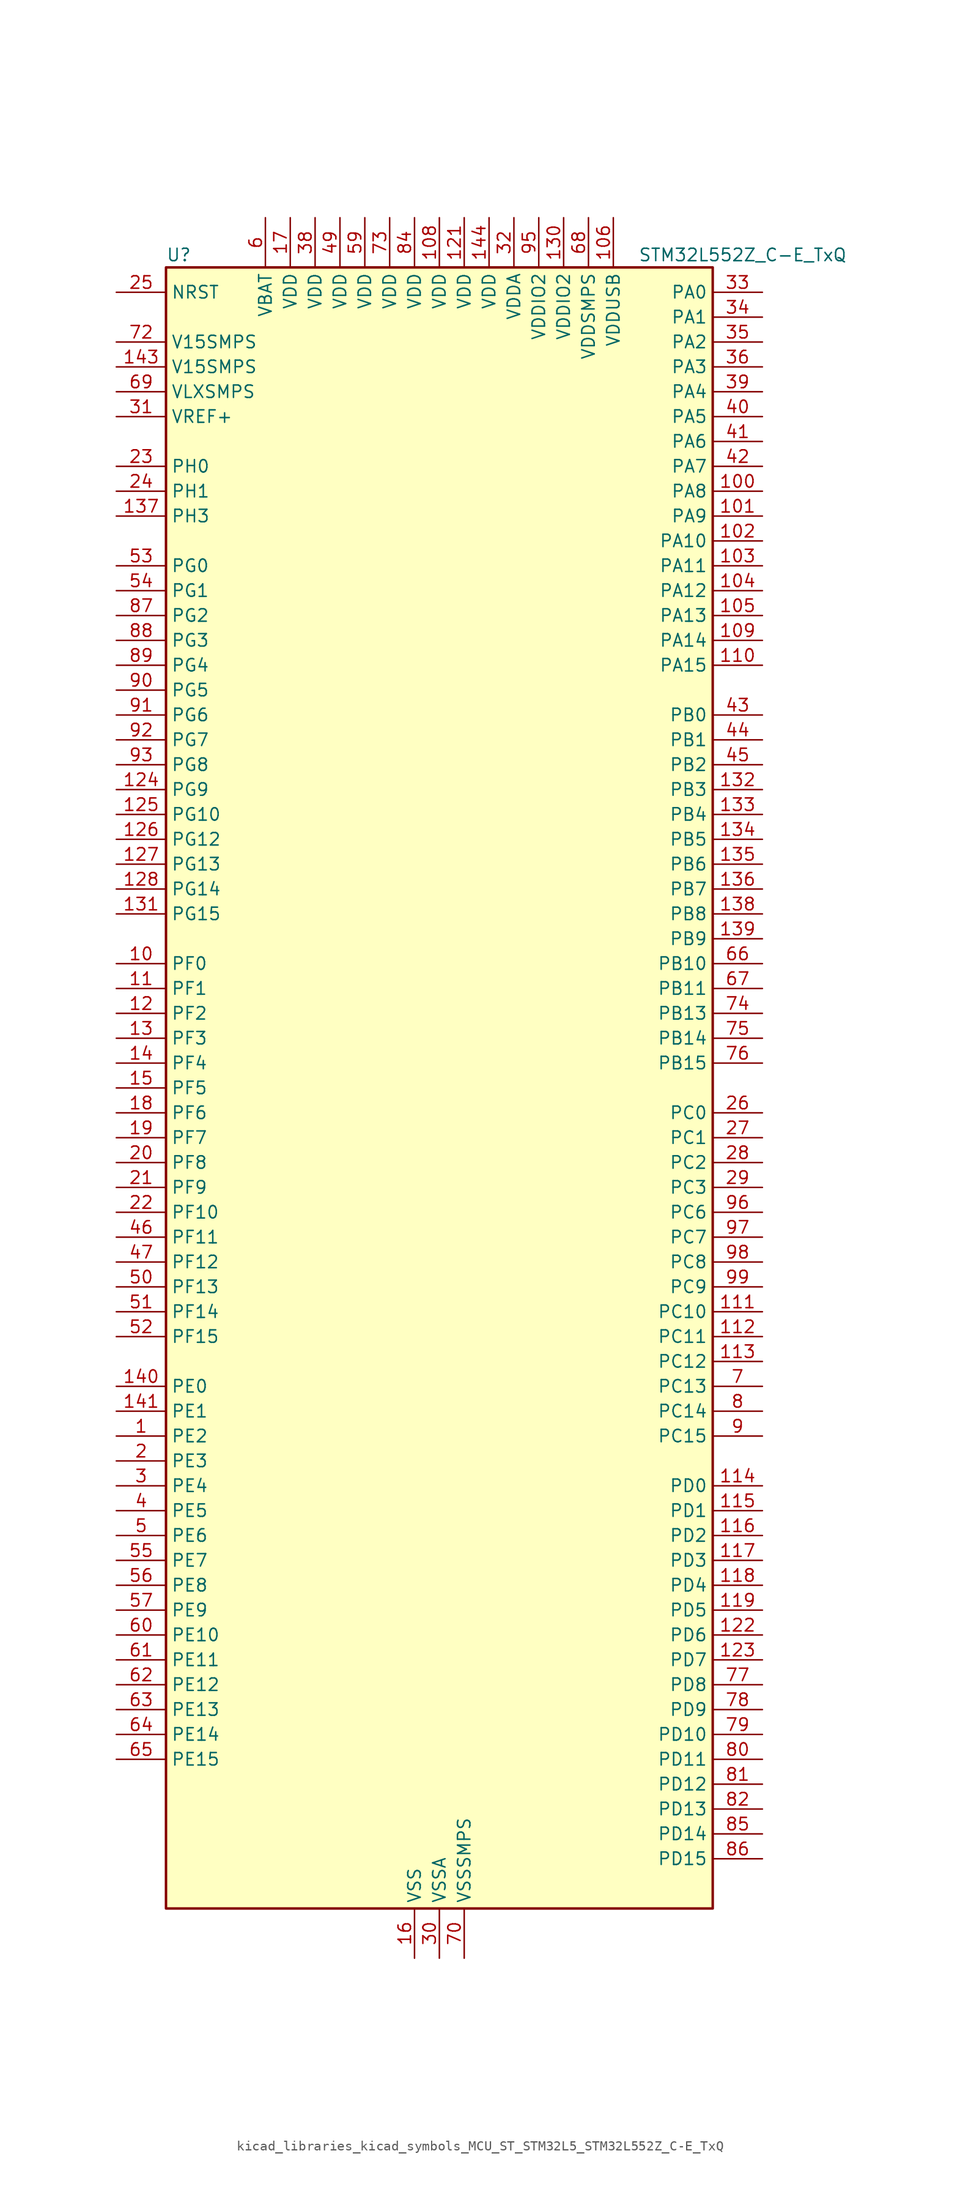
<source format=kicad_sym>
(kicad_symbol_lib
  (version 20220914)
  (generator kicad_symbol_editor)
  (symbol "kicad_libraries_kicad_symbols_MCU_ST_STM32L5_STM32L552Z_C-E_TxQ"
    (property "Reference" "U"
      (at -27.94 85.09 0)
      (effects (font (size 1.27 1.27)) (justify left)))
    (property "Value" "STM32L552Z_C-E_TxQ"
      (at 20.32 85.09 0)
      (effects (font (size 1.27 1.27)) (justify left)))
    (property "ki_locked" ""
      (at 0 0 0)
      (effects (font (size 1.27 1.27))))
    (symbol "kicad_libraries_kicad_symbols_MCU_ST_STM32L5_STM32L552Z_C-E_TxQ_0_1"
      (rectangle (start -27.94 -83.82) (end 27.94 83.82) (stroke (width 0.254) (type default)) (fill (type background))))
    (symbol "kicad_libraries_kicad_symbols_MCU_ST_STM32L5_STM32L552Z_C-E_TxQ_1_1"
      (pin bidirectional line (at -33.02 -35.56 0) (length 5.08) (name "PE2" (effects (font (size 1.27 1.27)))) (number "1" (effects (font (size 1.27 1.27)))) (alternate "DEBUG_TRACECLK" bidirectional line) (alternate "FMC_A23" bidirectional line) (alternate "SAI1_CK1" bidirectional line) (alternate "SAI1_MCLK_A" bidirectional line) (alternate "TIM3_ETR" bidirectional line) (alternate "TSC_G7_IO1" bidirectional line))
      (pin bidirectional line (at -33.02 12.7 0) (length 5.08) (name "PF0" (effects (font (size 1.27 1.27)))) (number "10" (effects (font (size 1.27 1.27)))) (alternate "FMC_A0" bidirectional line) (alternate "I2C2_SDA" bidirectional line))
      (pin bidirectional line (at 33.02 60.96 180) (length 5.08) (name "PA8" (effects (font (size 1.27 1.27)))) (number "100" (effects (font (size 1.27 1.27)))) (alternate "LPTIM2_OUT" bidirectional line) (alternate "RCC_MCO" bidirectional line) (alternate "SAI1_CK2" bidirectional line) (alternate "SAI1_SCK_A" bidirectional line) (alternate "TIM1_CH1" bidirectional line) (alternate "USART1_CK" bidirectional line))
      (pin bidirectional line (at 33.02 58.42 180) (length 5.08) (name "PA9" (effects (font (size 1.27 1.27)))) (number "101" (effects (font (size 1.27 1.27)))) (alternate "DAC1_EXTI9" bidirectional line) (alternate "SAI1_FS_A" bidirectional line) (alternate "SPI2_SCK" bidirectional line) (alternate "TIM15_BKIN" bidirectional line) (alternate "TIM1_CH2" bidirectional line) (alternate "USART1_TX" bidirectional line))
      (pin bidirectional line (at 33.02 55.88 180) (length 5.08) (name "PA10" (effects (font (size 1.27 1.27)))) (number "102" (effects (font (size 1.27 1.27)))) (alternate "CRS_SYNC" bidirectional line) (alternate "SAI1_D1" bidirectional line) (alternate "SAI1_SD_A" bidirectional line) (alternate "TIM17_BKIN" bidirectional line) (alternate "TIM1_CH3" bidirectional line) (alternate "USART1_RX" bidirectional line))
      (pin bidirectional line (at 33.02 53.34 180) (length 5.08) (name "PA11" (effects (font (size 1.27 1.27)))) (number "103" (effects (font (size 1.27 1.27)))) (alternate "ADC1_EXTI11" bidirectional line) (alternate "ADC2_EXTI11" bidirectional line) (alternate "FDCAN1_RX" bidirectional line) (alternate "SPI1_MISO" bidirectional line) (alternate "TIM1_BKIN2" bidirectional line) (alternate "TIM1_CH4" bidirectional line) (alternate "USART1_CTS" bidirectional line) (alternate "USART1_NSS" bidirectional line) (alternate "USB_DM" bidirectional line))
      (pin bidirectional line (at 33.02 50.8 180) (length 5.08) (name "PA12" (effects (font (size 1.27 1.27)))) (number "104" (effects (font (size 1.27 1.27)))) (alternate "FDCAN1_TX" bidirectional line) (alternate "SPI1_MOSI" bidirectional line) (alternate "TIM1_ETR" bidirectional line) (alternate "USART1_DE" bidirectional line) (alternate "USART1_RTS" bidirectional line) (alternate "USB_DP" bidirectional line))
      (pin bidirectional line (at 33.02 48.26 180) (length 5.08) (name "PA13" (effects (font (size 1.27 1.27)))) (number "105" (effects (font (size 1.27 1.27)))) (alternate "DEBUG_JTMS-SWDIO" bidirectional line) (alternate "IR_OUT" bidirectional line) (alternate "SAI1_SD_B" bidirectional line) (alternate "USB_NOE" bidirectional line))
      (pin power_in line (at 17.78 88.9 270) (length 5.08) (name "VDDUSB" (effects (font (size 1.27 1.27)))) (number "106" (effects (font (size 1.27 1.27)))))
      (pin passive line (at -2.54 -88.9 90) (length 5.08) hide (name "VSS" (effects (font (size 1.27 1.27)))) (number "107" (effects (font (size 1.27 1.27)))))
      (pin power_in line (at 0 88.9 270) (length 5.08) (name "VDD" (effects (font (size 1.27 1.27)))) (number "108" (effects (font (size 1.27 1.27)))))
      (pin bidirectional line (at 33.02 45.72 180) (length 5.08) (name "PA14" (effects (font (size 1.27 1.27)))) (number "109" (effects (font (size 1.27 1.27)))) (alternate "DEBUG_JTCK-SWCLK" bidirectional line) (alternate "I2C1_SMBA" bidirectional line) (alternate "I2C4_SMBA" bidirectional line) (alternate "LPTIM1_OUT" bidirectional line) (alternate "SAI1_FS_B" bidirectional line))
      (pin bidirectional line (at -33.02 10.16 0) (length 5.08) (name "PF1" (effects (font (size 1.27 1.27)))) (number "11" (effects (font (size 1.27 1.27)))) (alternate "FMC_A1" bidirectional line) (alternate "I2C2_SCL" bidirectional line))
      (pin bidirectional line (at 33.02 43.18 180) (length 5.08) (name "PA15" (effects (font (size 1.27 1.27)))) (number "110" (effects (font (size 1.27 1.27)))) (alternate "ADC1_EXTI15" bidirectional line) (alternate "ADC2_EXTI15" bidirectional line) (alternate "DEBUG_JTDI" bidirectional line) (alternate "SAI2_FS_B" bidirectional line) (alternate "SPI1_NSS" bidirectional line) (alternate "SPI3_NSS" bidirectional line) (alternate "TIM2_CH1" bidirectional line) (alternate "TIM2_ETR" bidirectional line) (alternate "UART4_DE" bidirectional line) (alternate "UART4_RTS" bidirectional line) (alternate "UCPD1_CC1" bidirectional line) (alternate "USART2_RX" bidirectional line) (alternate "USART3_DE" bidirectional line) (alternate "USART3_RTS" bidirectional line))
      (pin bidirectional line (at 33.02 -22.86 180) (length 5.08) (name "PC10" (effects (font (size 1.27 1.27)))) (number "111" (effects (font (size 1.27 1.27)))) (alternate "DEBUG_TRACED1" bidirectional line) (alternate "LPTIM3_ETR" bidirectional line) (alternate "SAI2_SCK_B" bidirectional line) (alternate "SDMMC1_D2" bidirectional line) (alternate "SPI3_SCK" bidirectional line) (alternate "TSC_G3_IO2" bidirectional line) (alternate "UART4_TX" bidirectional line) (alternate "USART3_TX" bidirectional line))
      (pin bidirectional line (at 33.02 -25.4 180) (length 5.08) (name "PC11" (effects (font (size 1.27 1.27)))) (number "112" (effects (font (size 1.27 1.27)))) (alternate "ADC1_EXTI11" bidirectional line) (alternate "ADC2_EXTI11" bidirectional line) (alternate "LPTIM3_IN1" bidirectional line) (alternate "OCTOSPI1_NCS" bidirectional line) (alternate "SAI2_MCLK_B" bidirectional line) (alternate "SDMMC1_D3" bidirectional line) (alternate "SPI3_MISO" bidirectional line) (alternate "TSC_G3_IO3" bidirectional line) (alternate "UART4_RX" bidirectional line) (alternate "UCPD1_FRSTX2" bidirectional line) (alternate "USART3_RX" bidirectional line))
      (pin bidirectional line (at 33.02 -27.94 180) (length 5.08) (name "PC12" (effects (font (size 1.27 1.27)))) (number "113" (effects (font (size 1.27 1.27)))) (alternate "DEBUG_TRACED3" bidirectional line) (alternate "SAI2_SD_B" bidirectional line) (alternate "SDMMC1_CK" bidirectional line) (alternate "SPI3_MOSI" bidirectional line) (alternate "TSC_G3_IO4" bidirectional line) (alternate "UART5_TX" bidirectional line) (alternate "USART3_CK" bidirectional line))
      (pin bidirectional line (at 33.02 -40.64 180) (length 5.08) (name "PD0" (effects (font (size 1.27 1.27)))) (number "114" (effects (font (size 1.27 1.27)))) (alternate "FDCAN1_RX" bidirectional line) (alternate "FMC_D2" bidirectional line) (alternate "FMC_DA2" bidirectional line) (alternate "SPI2_NSS" bidirectional line))
      (pin bidirectional line (at 33.02 -43.18 180) (length 5.08) (name "PD1" (effects (font (size 1.27 1.27)))) (number "115" (effects (font (size 1.27 1.27)))) (alternate "FDCAN1_TX" bidirectional line) (alternate "FMC_D3" bidirectional line) (alternate "FMC_DA3" bidirectional line) (alternate "SPI2_SCK" bidirectional line))
      (pin bidirectional line (at 33.02 -45.72 180) (length 5.08) (name "PD2" (effects (font (size 1.27 1.27)))) (number "116" (effects (font (size 1.27 1.27)))) (alternate "DEBUG_TRACED2" bidirectional line) (alternate "SDMMC1_CMD" bidirectional line) (alternate "TIM3_ETR" bidirectional line) (alternate "TSC_SYNC" bidirectional line) (alternate "UART5_RX" bidirectional line) (alternate "USART3_DE" bidirectional line) (alternate "USART3_RTS" bidirectional line))
      (pin bidirectional line (at 33.02 -48.26 180) (length 5.08) (name "PD3" (effects (font (size 1.27 1.27)))) (number "117" (effects (font (size 1.27 1.27)))) (alternate "DFSDM1_DATIN0" bidirectional line) (alternate "FMC_CLK" bidirectional line) (alternate "SPI2_MISO" bidirectional line) (alternate "SPI2_SCK" bidirectional line) (alternate "USART2_CTS" bidirectional line) (alternate "USART2_NSS" bidirectional line))
      (pin bidirectional line (at 33.02 -50.8 180) (length 5.08) (name "PD4" (effects (font (size 1.27 1.27)))) (number "118" (effects (font (size 1.27 1.27)))) (alternate "DFSDM1_CKIN0" bidirectional line) (alternate "FMC_NOE" bidirectional line) (alternate "OCTOSPI1_IO4" bidirectional line) (alternate "SPI2_MOSI" bidirectional line) (alternate "USART2_DE" bidirectional line) (alternate "USART2_RTS" bidirectional line))
      (pin bidirectional line (at 33.02 -53.34 180) (length 5.08) (name "PD5" (effects (font (size 1.27 1.27)))) (number "119" (effects (font (size 1.27 1.27)))) (alternate "FMC_NWE" bidirectional line) (alternate "OCTOSPI1_IO5" bidirectional line) (alternate "USART2_TX" bidirectional line))
      (pin bidirectional line (at -33.02 7.62 0) (length 5.08) (name "PF2" (effects (font (size 1.27 1.27)))) (number "12" (effects (font (size 1.27 1.27)))) (alternate "FMC_A2" bidirectional line) (alternate "I2C2_SMBA" bidirectional line))
      (pin passive line (at -2.54 -88.9 90) (length 5.08) hide (name "VSS" (effects (font (size 1.27 1.27)))) (number "120" (effects (font (size 1.27 1.27)))))
      (pin power_in line (at 2.54 88.9 270) (length 5.08) (name "VDD" (effects (font (size 1.27 1.27)))) (number "121" (effects (font (size 1.27 1.27)))))
      (pin bidirectional line (at 33.02 -55.88 180) (length 5.08) (name "PD6" (effects (font (size 1.27 1.27)))) (number "122" (effects (font (size 1.27 1.27)))) (alternate "DFSDM1_DATIN1" bidirectional line) (alternate "FMC_NWAIT" bidirectional line) (alternate "OCTOSPI1_IO6" bidirectional line) (alternate "SAI1_D1" bidirectional line) (alternate "SAI1_SD_A" bidirectional line) (alternate "SPI3_MOSI" bidirectional line) (alternate "USART2_RX" bidirectional line))
      (pin bidirectional line (at 33.02 -58.42 180) (length 5.08) (name "PD7" (effects (font (size 1.27 1.27)))) (number "123" (effects (font (size 1.27 1.27)))) (alternate "DFSDM1_CKIN1" bidirectional line) (alternate "FMC_NCE" bidirectional line) (alternate "FMC_NE1" bidirectional line) (alternate "OCTOSPI1_IO7" bidirectional line) (alternate "USART2_CK" bidirectional line))
      (pin bidirectional line (at -33.02 30.48 0) (length 5.08) (name "PG9" (effects (font (size 1.27 1.27)))) (number "124" (effects (font (size 1.27 1.27)))) (alternate "DAC1_EXTI9" bidirectional line) (alternate "FMC_NCE" bidirectional line) (alternate "FMC_NE2" bidirectional line) (alternate "SAI2_SCK_A" bidirectional line) (alternate "SPI3_SCK" bidirectional line) (alternate "TIM15_CH1N" bidirectional line) (alternate "USART1_TX" bidirectional line))
      (pin bidirectional line (at -33.02 27.94 0) (length 5.08) (name "PG10" (effects (font (size 1.27 1.27)))) (number "125" (effects (font (size 1.27 1.27)))) (alternate "FMC_NE3" bidirectional line) (alternate "LPTIM1_IN1" bidirectional line) (alternate "SAI2_FS_A" bidirectional line) (alternate "SPI3_MISO" bidirectional line) (alternate "TIM15_CH1" bidirectional line) (alternate "USART1_RX" bidirectional line))
      (pin bidirectional line (at -33.02 25.4 0) (length 5.08) (name "PG12" (effects (font (size 1.27 1.27)))) (number "126" (effects (font (size 1.27 1.27)))) (alternate "FMC_NE4" bidirectional line) (alternate "LPTIM1_ETR" bidirectional line) (alternate "SAI2_SD_A" bidirectional line) (alternate "SPI3_NSS" bidirectional line) (alternate "USART1_DE" bidirectional line) (alternate "USART1_RTS" bidirectional line))
      (pin bidirectional line (at -33.02 22.86 0) (length 5.08) (name "PG13" (effects (font (size 1.27 1.27)))) (number "127" (effects (font (size 1.27 1.27)))) (alternate "FMC_A24" bidirectional line) (alternate "I2C1_SDA" bidirectional line) (alternate "USART1_CK" bidirectional line))
      (pin bidirectional line (at -33.02 20.32 0) (length 5.08) (name "PG14" (effects (font (size 1.27 1.27)))) (number "128" (effects (font (size 1.27 1.27)))) (alternate "FMC_A25" bidirectional line) (alternate "I2C1_SCL" bidirectional line))
      (pin passive line (at -2.54 -88.9 90) (length 5.08) hide (name "VSS" (effects (font (size 1.27 1.27)))) (number "129" (effects (font (size 1.27 1.27)))))
      (pin bidirectional line (at -33.02 5.08 0) (length 5.08) (name "PF3" (effects (font (size 1.27 1.27)))) (number "13" (effects (font (size 1.27 1.27)))) (alternate "FMC_A3" bidirectional line) (alternate "LPTIM3_IN1" bidirectional line))
      (pin power_in line (at 12.7 88.9 270) (length 5.08) (name "VDDIO2" (effects (font (size 1.27 1.27)))) (number "130" (effects (font (size 1.27 1.27)))))
      (pin bidirectional line (at -33.02 17.78 0) (length 5.08) (name "PG15" (effects (font (size 1.27 1.27)))) (number "131" (effects (font (size 1.27 1.27)))) (alternate "ADC1_EXTI15" bidirectional line) (alternate "ADC2_EXTI15" bidirectional line) (alternate "I2C1_SMBA" bidirectional line) (alternate "LPTIM1_OUT" bidirectional line))
      (pin bidirectional line (at 33.02 30.48 180) (length 5.08) (name "PB3" (effects (font (size 1.27 1.27)))) (number "132" (effects (font (size 1.27 1.27)))) (alternate "COMP2_INM" bidirectional line) (alternate "CRS_SYNC" bidirectional line) (alternate "DEBUG_JTDO-SWO" bidirectional line) (alternate "SAI1_SCK_B" bidirectional line) (alternate "SPI1_SCK" bidirectional line) (alternate "SPI3_SCK" bidirectional line) (alternate "TIM2_CH2" bidirectional line) (alternate "USART1_DE" bidirectional line) (alternate "USART1_RTS" bidirectional line))
      (pin bidirectional line (at 33.02 27.94 180) (length 5.08) (name "PB4" (effects (font (size 1.27 1.27)))) (number "133" (effects (font (size 1.27 1.27)))) (alternate "COMP2_INP" bidirectional line) (alternate "DEBUG_JTRST" bidirectional line) (alternate "I2C3_SDA" bidirectional line) (alternate "SAI1_MCLK_B" bidirectional line) (alternate "SPI1_MISO" bidirectional line) (alternate "SPI3_MISO" bidirectional line) (alternate "TIM17_BKIN" bidirectional line) (alternate "TIM3_CH1" bidirectional line) (alternate "TSC_G2_IO1" bidirectional line) (alternate "UART5_DE" bidirectional line) (alternate "UART5_RTS" bidirectional line) (alternate "USART1_CTS" bidirectional line) (alternate "USART1_NSS" bidirectional line))
      (pin bidirectional line (at 33.02 25.4 180) (length 5.08) (name "PB5" (effects (font (size 1.27 1.27)))) (number "134" (effects (font (size 1.27 1.27)))) (alternate "COMP2_OUT" bidirectional line) (alternate "I2C1_SMBA" bidirectional line) (alternate "LPTIM1_IN1" bidirectional line) (alternate "OCTOSPI1_NCLK" bidirectional line) (alternate "SAI1_SD_B" bidirectional line) (alternate "SPI1_MOSI" bidirectional line) (alternate "SPI3_MOSI" bidirectional line) (alternate "TIM16_BKIN" bidirectional line) (alternate "TIM3_CH2" bidirectional line) (alternate "TSC_G2_IO2" bidirectional line) (alternate "UART5_CTS" bidirectional line) (alternate "UCPD1_DBCC1" bidirectional line) (alternate "USART1_CK" bidirectional line))
      (pin bidirectional line (at 33.02 22.86 180) (length 5.08) (name "PB6" (effects (font (size 1.27 1.27)))) (number "135" (effects (font (size 1.27 1.27)))) (alternate "COMP2_INP" bidirectional line) (alternate "I2C1_SCL" bidirectional line) (alternate "I2C4_SCL" bidirectional line) (alternate "LPTIM1_ETR" bidirectional line) (alternate "SAI1_FS_B" bidirectional line) (alternate "TIM16_CH1N" bidirectional line) (alternate "TIM4_CH1" bidirectional line) (alternate "TIM8_BKIN2" bidirectional line) (alternate "TSC_G2_IO3" bidirectional line) (alternate "USART1_TX" bidirectional line))
      (pin bidirectional line (at 33.02 20.32 180) (length 5.08) (name "PB7" (effects (font (size 1.27 1.27)))) (number "136" (effects (font (size 1.27 1.27)))) (alternate "COMP2_INM" bidirectional line) (alternate "FMC_NL" bidirectional line) (alternate "I2C1_SDA" bidirectional line) (alternate "I2C4_SDA" bidirectional line) (alternate "LPTIM1_IN2" bidirectional line) (alternate "PWR_PVD_IN" bidirectional line) (alternate "TIM17_CH1N" bidirectional line) (alternate "TIM4_CH2" bidirectional line) (alternate "TIM8_BKIN" bidirectional line) (alternate "TSC_G2_IO4" bidirectional line) (alternate "UART4_CTS" bidirectional line) (alternate "USART1_RX" bidirectional line))
      (pin bidirectional line (at -33.02 58.42 0) (length 5.08) (name "PH3" (effects (font (size 1.27 1.27)))) (number "137" (effects (font (size 1.27 1.27)))))
      (pin bidirectional line (at 33.02 17.78 180) (length 5.08) (name "PB8" (effects (font (size 1.27 1.27)))) (number "138" (effects (font (size 1.27 1.27)))) (alternate "DFSDM1_CKOUT" bidirectional line) (alternate "FDCAN1_RX" bidirectional line) (alternate "I2C1_SCL" bidirectional line) (alternate "SAI1_CK1" bidirectional line) (alternate "SAI1_MCLK_A" bidirectional line) (alternate "SDMMC1_CKIN" bidirectional line) (alternate "SDMMC1_D4" bidirectional line) (alternate "TIM16_CH1" bidirectional line) (alternate "TIM4_CH3" bidirectional line))
      (pin bidirectional line (at 33.02 15.24 180) (length 5.08) (name "PB9" (effects (font (size 1.27 1.27)))) (number "139" (effects (font (size 1.27 1.27)))) (alternate "DAC1_EXTI9" bidirectional line) (alternate "FDCAN1_TX" bidirectional line) (alternate "I2C1_SDA" bidirectional line) (alternate "IR_OUT" bidirectional line) (alternate "SAI1_D2" bidirectional line) (alternate "SAI1_FS_A" bidirectional line) (alternate "SDMMC1_CDIR" bidirectional line) (alternate "SDMMC1_D5" bidirectional line) (alternate "SPI2_NSS" bidirectional line) (alternate "TIM17_CH1" bidirectional line) (alternate "TIM4_CH4" bidirectional line))
      (pin bidirectional line (at -33.02 2.54 0) (length 5.08) (name "PF4" (effects (font (size 1.27 1.27)))) (number "14" (effects (font (size 1.27 1.27)))) (alternate "FMC_A4" bidirectional line) (alternate "LPTIM3_ETR" bidirectional line))
      (pin bidirectional line (at -33.02 -30.48 0) (length 5.08) (name "PE0" (effects (font (size 1.27 1.27)))) (number "140" (effects (font (size 1.27 1.27)))) (alternate "FMC_NBL0" bidirectional line) (alternate "TIM16_CH1" bidirectional line) (alternate "TIM4_ETR" bidirectional line))
      (pin bidirectional line (at -33.02 -33.02 0) (length 5.08) (name "PE1" (effects (font (size 1.27 1.27)))) (number "141" (effects (font (size 1.27 1.27)))) (alternate "FMC_NBL1" bidirectional line) (alternate "TIM17_CH1" bidirectional line))
      (pin passive line (at -2.54 -88.9 90) (length 5.08) hide (name "VSS" (effects (font (size 1.27 1.27)))) (number "142" (effects (font (size 1.27 1.27)))))
      (pin power_in line (at -33.02 73.66 0) (length 5.08) (name "V15SMPS" (effects (font (size 1.27 1.27)))) (number "143" (effects (font (size 1.27 1.27)))))
      (pin power_in line (at 5.08 88.9 270) (length 5.08) (name "VDD" (effects (font (size 1.27 1.27)))) (number "144" (effects (font (size 1.27 1.27)))))
      (pin bidirectional line (at -33.02 0 0) (length 5.08) (name "PF5" (effects (font (size 1.27 1.27)))) (number "15" (effects (font (size 1.27 1.27)))) (alternate "FMC_A5" bidirectional line) (alternate "LPTIM3_OUT" bidirectional line))
      (pin power_in line (at -2.54 -88.9 90) (length 5.08) (name "VSS" (effects (font (size 1.27 1.27)))) (number "16" (effects (font (size 1.27 1.27)))))
      (pin power_in line (at -15.24 88.9 270) (length 5.08) (name "VDD" (effects (font (size 1.27 1.27)))) (number "17" (effects (font (size 1.27 1.27)))))
      (pin bidirectional line (at -33.02 -2.54 0) (length 5.08) (name "PF6" (effects (font (size 1.27 1.27)))) (number "18" (effects (font (size 1.27 1.27)))) (alternate "OCTOSPI1_IO3" bidirectional line) (alternate "SAI1_SD_B" bidirectional line) (alternate "TIM5_CH1" bidirectional line) (alternate "TIM5_ETR" bidirectional line))
      (pin bidirectional line (at -33.02 -5.08 0) (length 5.08) (name "PF7" (effects (font (size 1.27 1.27)))) (number "19" (effects (font (size 1.27 1.27)))) (alternate "OCTOSPI1_IO2" bidirectional line) (alternate "SAI1_MCLK_B" bidirectional line) (alternate "TAMP_IN6" bidirectional line) (alternate "TAMP_OUT3" bidirectional line) (alternate "TIM5_CH2" bidirectional line))
      (pin bidirectional line (at -33.02 -38.1 0) (length 5.08) (name "PE3" (effects (font (size 1.27 1.27)))) (number "2" (effects (font (size 1.27 1.27)))) (alternate "DEBUG_TRACED0" bidirectional line) (alternate "FMC_A19" bidirectional line) (alternate "OCTOSPI1_DQS" bidirectional line) (alternate "SAI1_SD_B" bidirectional line) (alternate "TIM3_CH1" bidirectional line) (alternate "TSC_G7_IO2" bidirectional line))
      (pin bidirectional line (at -33.02 -7.62 0) (length 5.08) (name "PF8" (effects (font (size 1.27 1.27)))) (number "20" (effects (font (size 1.27 1.27)))) (alternate "OCTOSPI1_IO0" bidirectional line) (alternate "SAI1_SCK_B" bidirectional line) (alternate "TAMP_IN7" bidirectional line) (alternate "TAMP_OUT8" bidirectional line) (alternate "TIM5_CH3" bidirectional line))
      (pin bidirectional line (at -33.02 -10.16 0) (length 5.08) (name "PF9" (effects (font (size 1.27 1.27)))) (number "21" (effects (font (size 1.27 1.27)))) (alternate "DAC1_EXTI9" bidirectional line) (alternate "OCTOSPI1_IO1" bidirectional line) (alternate "SAI1_FS_B" bidirectional line) (alternate "TAMP_IN8" bidirectional line) (alternate "TAMP_OUT7" bidirectional line) (alternate "TIM15_CH1" bidirectional line) (alternate "TIM5_CH4" bidirectional line))
      (pin bidirectional line (at -33.02 -12.7 0) (length 5.08) (name "PF10" (effects (font (size 1.27 1.27)))) (number "22" (effects (font (size 1.27 1.27)))) (alternate "DFSDM1_CKOUT" bidirectional line) (alternate "OCTOSPI1_CLK" bidirectional line) (alternate "SAI1_D3" bidirectional line) (alternate "TIM15_CH2" bidirectional line))
      (pin bidirectional line (at -33.02 63.5 0) (length 5.08) (name "PH0" (effects (font (size 1.27 1.27)))) (number "23" (effects (font (size 1.27 1.27)))) (alternate "RCC_OSC_IN" bidirectional line))
      (pin bidirectional line (at -33.02 60.96 0) (length 5.08) (name "PH1" (effects (font (size 1.27 1.27)))) (number "24" (effects (font (size 1.27 1.27)))) (alternate "RCC_OSC_OUT" bidirectional line))
      (pin input line (at -33.02 81.28 0) (length 5.08) (name "NRST" (effects (font (size 1.27 1.27)))) (number "25" (effects (font (size 1.27 1.27)))))
      (pin bidirectional line (at 33.02 -2.54 180) (length 5.08) (name "PC0" (effects (font (size 1.27 1.27)))) (number "26" (effects (font (size 1.27 1.27)))) (alternate "ADC1_IN1" bidirectional line) (alternate "ADC2_IN1" bidirectional line) (alternate "I2C3_SCL" bidirectional line) (alternate "LPTIM1_IN1" bidirectional line) (alternate "LPTIM2_IN1" bidirectional line) (alternate "LPUART1_RX" bidirectional line) (alternate "OCTOSPI1_IO7" bidirectional line) (alternate "SAI2_FS_A" bidirectional line) (alternate "SDMMC1_D5" bidirectional line))
      (pin bidirectional line (at 33.02 -5.08 180) (length 5.08) (name "PC1" (effects (font (size 1.27 1.27)))) (number "27" (effects (font (size 1.27 1.27)))) (alternate "ADC1_IN2" bidirectional line) (alternate "ADC2_IN2" bidirectional line) (alternate "DEBUG_TRACED0" bidirectional line) (alternate "I2C3_SDA" bidirectional line) (alternate "LPTIM1_OUT" bidirectional line) (alternate "LPUART1_TX" bidirectional line) (alternate "OCTOSPI1_IO4" bidirectional line) (alternate "SAI1_SD_A" bidirectional line) (alternate "SPI2_MOSI" bidirectional line))
      (pin bidirectional line (at 33.02 -7.62 180) (length 5.08) (name "PC2" (effects (font (size 1.27 1.27)))) (number "28" (effects (font (size 1.27 1.27)))) (alternate "ADC1_IN3" bidirectional line) (alternate "ADC2_IN3" bidirectional line) (alternate "DFSDM1_CKOUT" bidirectional line) (alternate "LPTIM1_IN2" bidirectional line) (alternate "OCTOSPI1_IO5" bidirectional line) (alternate "SPI2_MISO" bidirectional line))
      (pin bidirectional line (at 33.02 -10.16 180) (length 5.08) (name "PC3" (effects (font (size 1.27 1.27)))) (number "29" (effects (font (size 1.27 1.27)))) (alternate "ADC1_IN4" bidirectional line) (alternate "ADC2_IN4" bidirectional line) (alternate "LPTIM1_ETR" bidirectional line) (alternate "LPTIM2_ETR" bidirectional line) (alternate "LPTIM3_OUT" bidirectional line) (alternate "OCTOSPI1_IO6" bidirectional line) (alternate "SAI1_D1" bidirectional line) (alternate "SAI1_SD_A" bidirectional line) (alternate "SPI2_MOSI" bidirectional line))
      (pin bidirectional line (at -33.02 -40.64 0) (length 5.08) (name "PE4" (effects (font (size 1.27 1.27)))) (number "3" (effects (font (size 1.27 1.27)))) (alternate "DEBUG_TRACED1" bidirectional line) (alternate "DFSDM1_DATIN3" bidirectional line) (alternate "FMC_A20" bidirectional line) (alternate "SAI1_D2" bidirectional line) (alternate "SAI1_FS_A" bidirectional line) (alternate "TIM3_CH2" bidirectional line) (alternate "TSC_G7_IO3" bidirectional line))
      (pin power_in line (at 0 -88.9 90) (length 5.08) (name "VSSA" (effects (font (size 1.27 1.27)))) (number "30" (effects (font (size 1.27 1.27)))))
      (pin input line (at -33.02 68.58 0) (length 5.08) (name "VREF+" (effects (font (size 1.27 1.27)))) (number "31" (effects (font (size 1.27 1.27)))))
      (pin power_in line (at 7.62 88.9 270) (length 5.08) (name "VDDA" (effects (font (size 1.27 1.27)))) (number "32" (effects (font (size 1.27 1.27)))))
      (pin bidirectional line (at 33.02 81.28 180) (length 5.08) (name "PA0" (effects (font (size 1.27 1.27)))) (number "33" (effects (font (size 1.27 1.27)))) (alternate "ADC1_IN5" bidirectional line) (alternate "ADC2_IN5" bidirectional line) (alternate "OPAMP1_VINP" bidirectional line) (alternate "PWR_WKUP1" bidirectional line) (alternate "SAI1_EXTCLK" bidirectional line) (alternate "TAMP_IN2" bidirectional line) (alternate "TAMP_OUT1" bidirectional line) (alternate "TIM2_CH1" bidirectional line) (alternate "TIM2_ETR" bidirectional line) (alternate "TIM5_CH1" bidirectional line) (alternate "TIM8_ETR" bidirectional line) (alternate "UART4_TX" bidirectional line) (alternate "USART2_CTS" bidirectional line) (alternate "USART2_NSS" bidirectional line))
      (pin bidirectional line (at 33.02 78.74 180) (length 5.08) (name "PA1" (effects (font (size 1.27 1.27)))) (number "34" (effects (font (size 1.27 1.27)))) (alternate "ADC1_IN6" bidirectional line) (alternate "ADC2_IN6" bidirectional line) (alternate "I2C1_SMBA" bidirectional line) (alternate "OCTOSPI1_DQS" bidirectional line) (alternate "OPAMP1_VINM" bidirectional line) (alternate "SPI1_SCK" bidirectional line) (alternate "TAMP_IN5" bidirectional line) (alternate "TAMP_OUT4" bidirectional line) (alternate "TIM15_CH1N" bidirectional line) (alternate "TIM2_CH2" bidirectional line) (alternate "TIM5_CH2" bidirectional line) (alternate "UART4_RX" bidirectional line) (alternate "USART2_DE" bidirectional line) (alternate "USART2_RTS" bidirectional line))
      (pin bidirectional line (at 33.02 76.2 180) (length 5.08) (name "PA2" (effects (font (size 1.27 1.27)))) (number "35" (effects (font (size 1.27 1.27)))) (alternate "ADC1_IN7" bidirectional line) (alternate "ADC2_IN7" bidirectional line) (alternate "COMP1_INP" bidirectional line) (alternate "LPUART1_TX" bidirectional line) (alternate "OCTOSPI1_NCS" bidirectional line) (alternate "PWR_WKUP4" bidirectional line) (alternate "RCC_LSCO" bidirectional line) (alternate "SAI2_EXTCLK" bidirectional line) (alternate "TIM15_CH1" bidirectional line) (alternate "TIM2_CH3" bidirectional line) (alternate "TIM5_CH3" bidirectional line) (alternate "UCPD1_FRSTX1" bidirectional line) (alternate "USART2_TX" bidirectional line))
      (pin bidirectional line (at 33.02 73.66 180) (length 5.08) (name "PA3" (effects (font (size 1.27 1.27)))) (number "36" (effects (font (size 1.27 1.27)))) (alternate "ADC1_IN8" bidirectional line) (alternate "ADC2_IN8" bidirectional line) (alternate "LPUART1_RX" bidirectional line) (alternate "OCTOSPI1_CLK" bidirectional line) (alternate "OPAMP1_VOUT" bidirectional line) (alternate "SAI1_CK1" bidirectional line) (alternate "SAI1_MCLK_A" bidirectional line) (alternate "TIM15_CH2" bidirectional line) (alternate "TIM2_CH4" bidirectional line) (alternate "TIM5_CH4" bidirectional line) (alternate "USART2_RX" bidirectional line))
      (pin passive line (at -2.54 -88.9 90) (length 5.08) hide (name "VSS" (effects (font (size 1.27 1.27)))) (number "37" (effects (font (size 1.27 1.27)))))
      (pin power_in line (at -12.7 88.9 270) (length 5.08) (name "VDD" (effects (font (size 1.27 1.27)))) (number "38" (effects (font (size 1.27 1.27)))))
      (pin bidirectional line (at 33.02 71.12 180) (length 5.08) (name "PA4" (effects (font (size 1.27 1.27)))) (number "39" (effects (font (size 1.27 1.27)))) (alternate "ADC1_IN9" bidirectional line) (alternate "ADC2_IN9" bidirectional line) (alternate "DAC1_OUT1" bidirectional line) (alternate "LPTIM2_OUT" bidirectional line) (alternate "OCTOSPI1_NCS" bidirectional line) (alternate "SAI1_FS_B" bidirectional line) (alternate "SPI1_NSS" bidirectional line) (alternate "SPI3_NSS" bidirectional line) (alternate "USART2_CK" bidirectional line))
      (pin bidirectional line (at -33.02 -43.18 0) (length 5.08) (name "PE5" (effects (font (size 1.27 1.27)))) (number "4" (effects (font (size 1.27 1.27)))) (alternate "DEBUG_TRACED2" bidirectional line) (alternate "DFSDM1_CKIN3" bidirectional line) (alternate "FMC_A21" bidirectional line) (alternate "SAI1_CK2" bidirectional line) (alternate "SAI1_SCK_A" bidirectional line) (alternate "TIM3_CH3" bidirectional line) (alternate "TSC_G7_IO4" bidirectional line))
      (pin bidirectional line (at 33.02 68.58 180) (length 5.08) (name "PA5" (effects (font (size 1.27 1.27)))) (number "40" (effects (font (size 1.27 1.27)))) (alternate "ADC1_IN10" bidirectional line) (alternate "ADC2_IN10" bidirectional line) (alternate "DAC1_OUT2" bidirectional line) (alternate "LPTIM2_ETR" bidirectional line) (alternate "SPI1_SCK" bidirectional line) (alternate "TIM2_CH1" bidirectional line) (alternate "TIM2_ETR" bidirectional line) (alternate "TIM8_CH1N" bidirectional line))
      (pin bidirectional line (at 33.02 66.04 180) (length 5.08) (name "PA6" (effects (font (size 1.27 1.27)))) (number "41" (effects (font (size 1.27 1.27)))) (alternate "ADC1_IN11" bidirectional line) (alternate "ADC2_IN11" bidirectional line) (alternate "LPUART1_CTS" bidirectional line) (alternate "OCTOSPI1_IO3" bidirectional line) (alternate "OPAMP2_VINP" bidirectional line) (alternate "SPI1_MISO" bidirectional line) (alternate "TIM16_CH1" bidirectional line) (alternate "TIM1_BKIN" bidirectional line) (alternate "TIM3_CH1" bidirectional line) (alternate "TIM8_BKIN" bidirectional line) (alternate "USART3_CTS" bidirectional line) (alternate "USART3_NSS" bidirectional line))
      (pin bidirectional line (at 33.02 63.5 180) (length 5.08) (name "PA7" (effects (font (size 1.27 1.27)))) (number "42" (effects (font (size 1.27 1.27)))) (alternate "ADC1_IN12" bidirectional line) (alternate "ADC2_IN12" bidirectional line) (alternate "I2C3_SCL" bidirectional line) (alternate "OCTOSPI1_IO2" bidirectional line) (alternate "OPAMP2_VINM" bidirectional line) (alternate "SPI1_MOSI" bidirectional line) (alternate "TIM17_CH1" bidirectional line) (alternate "TIM1_CH1N" bidirectional line) (alternate "TIM3_CH2" bidirectional line) (alternate "TIM8_CH1N" bidirectional line))
      (pin bidirectional line (at 33.02 38.1 180) (length 5.08) (name "PB0" (effects (font (size 1.27 1.27)))) (number "43" (effects (font (size 1.27 1.27)))) (alternate "ADC1_IN15" bidirectional line) (alternate "ADC2_IN15" bidirectional line) (alternate "COMP1_OUT" bidirectional line) (alternate "OCTOSPI1_IO1" bidirectional line) (alternate "OPAMP2_VOUT" bidirectional line) (alternate "SAI1_EXTCLK" bidirectional line) (alternate "SPI1_NSS" bidirectional line) (alternate "TIM1_CH2N" bidirectional line) (alternate "TIM3_CH3" bidirectional line) (alternate "TIM8_CH2N" bidirectional line) (alternate "USART3_CK" bidirectional line))
      (pin bidirectional line (at 33.02 35.56 180) (length 5.08) (name "PB1" (effects (font (size 1.27 1.27)))) (number "44" (effects (font (size 1.27 1.27)))) (alternate "ADC1_IN16" bidirectional line) (alternate "ADC2_IN16" bidirectional line) (alternate "COMP1_INM" bidirectional line) (alternate "DFSDM1_DATIN0" bidirectional line) (alternate "LPTIM2_IN1" bidirectional line) (alternate "LPUART1_DE" bidirectional line) (alternate "LPUART1_RTS" bidirectional line) (alternate "OCTOSPI1_IO0" bidirectional line) (alternate "TIM1_CH3N" bidirectional line) (alternate "TIM3_CH4" bidirectional line) (alternate "TIM8_CH3N" bidirectional line) (alternate "USART3_DE" bidirectional line) (alternate "USART3_RTS" bidirectional line))
      (pin bidirectional line (at 33.02 33.02 180) (length 5.08) (name "PB2" (effects (font (size 1.27 1.27)))) (number "45" (effects (font (size 1.27 1.27)))) (alternate "COMP1_INP" bidirectional line) (alternate "DFSDM1_CKIN0" bidirectional line) (alternate "I2C3_SMBA" bidirectional line) (alternate "LPTIM1_OUT" bidirectional line) (alternate "OCTOSPI1_DQS" bidirectional line) (alternate "RTC_OUT2" bidirectional line) (alternate "UCPD1_FRSTX1" bidirectional line))
      (pin bidirectional line (at -33.02 -15.24 0) (length 5.08) (name "PF11" (effects (font (size 1.27 1.27)))) (number "46" (effects (font (size 1.27 1.27)))) (alternate "ADC1_EXTI11" bidirectional line) (alternate "ADC2_EXTI11" bidirectional line) (alternate "OCTOSPI1_NCLK" bidirectional line))
      (pin bidirectional line (at -33.02 -17.78 0) (length 5.08) (name "PF12" (effects (font (size 1.27 1.27)))) (number "47" (effects (font (size 1.27 1.27)))) (alternate "FMC_A6" bidirectional line))
      (pin passive line (at -2.54 -88.9 90) (length 5.08) hide (name "VSS" (effects (font (size 1.27 1.27)))) (number "48" (effects (font (size 1.27 1.27)))))
      (pin power_in line (at -10.16 88.9 270) (length 5.08) (name "VDD" (effects (font (size 1.27 1.27)))) (number "49" (effects (font (size 1.27 1.27)))))
      (pin bidirectional line (at -33.02 -45.72 0) (length 5.08) (name "PE6" (effects (font (size 1.27 1.27)))) (number "5" (effects (font (size 1.27 1.27)))) (alternate "DEBUG_TRACED3" bidirectional line) (alternate "FMC_A22" bidirectional line) (alternate "PWR_WKUP3" bidirectional line) (alternate "SAI1_D1" bidirectional line) (alternate "SAI1_SD_A" bidirectional line) (alternate "TAMP_IN3" bidirectional line) (alternate "TAMP_OUT6" bidirectional line) (alternate "TIM3_CH4" bidirectional line))
      (pin bidirectional line (at -33.02 -20.32 0) (length 5.08) (name "PF13" (effects (font (size 1.27 1.27)))) (number "50" (effects (font (size 1.27 1.27)))) (alternate "FMC_A7" bidirectional line) (alternate "I2C4_SMBA" bidirectional line))
      (pin bidirectional line (at -33.02 -22.86 0) (length 5.08) (name "PF14" (effects (font (size 1.27 1.27)))) (number "51" (effects (font (size 1.27 1.27)))) (alternate "FMC_A8" bidirectional line) (alternate "I2C4_SCL" bidirectional line) (alternate "TSC_G8_IO1" bidirectional line))
      (pin bidirectional line (at -33.02 -25.4 0) (length 5.08) (name "PF15" (effects (font (size 1.27 1.27)))) (number "52" (effects (font (size 1.27 1.27)))) (alternate "ADC1_EXTI15" bidirectional line) (alternate "ADC2_EXTI15" bidirectional line) (alternate "FMC_A9" bidirectional line) (alternate "I2C4_SDA" bidirectional line) (alternate "TSC_G8_IO2" bidirectional line))
      (pin bidirectional line (at -33.02 53.34 0) (length 5.08) (name "PG0" (effects (font (size 1.27 1.27)))) (number "53" (effects (font (size 1.27 1.27)))) (alternate "FMC_A10" bidirectional line) (alternate "TSC_G8_IO3" bidirectional line))
      (pin bidirectional line (at -33.02 50.8 0) (length 5.08) (name "PG1" (effects (font (size 1.27 1.27)))) (number "54" (effects (font (size 1.27 1.27)))) (alternate "FMC_A11" bidirectional line) (alternate "TSC_G8_IO4" bidirectional line))
      (pin bidirectional line (at -33.02 -48.26 0) (length 5.08) (name "PE7" (effects (font (size 1.27 1.27)))) (number "55" (effects (font (size 1.27 1.27)))) (alternate "DFSDM1_DATIN2" bidirectional line) (alternate "FMC_D4" bidirectional line) (alternate "FMC_DA4" bidirectional line) (alternate "SAI1_SD_B" bidirectional line) (alternate "TIM1_ETR" bidirectional line))
      (pin bidirectional line (at -33.02 -50.8 0) (length 5.08) (name "PE8" (effects (font (size 1.27 1.27)))) (number "56" (effects (font (size 1.27 1.27)))) (alternate "DFSDM1_CKIN2" bidirectional line) (alternate "FMC_D5" bidirectional line) (alternate "FMC_DA5" bidirectional line) (alternate "SAI1_SCK_B" bidirectional line) (alternate "TIM1_CH1N" bidirectional line))
      (pin bidirectional line (at -33.02 -53.34 0) (length 5.08) (name "PE9" (effects (font (size 1.27 1.27)))) (number "57" (effects (font (size 1.27 1.27)))) (alternate "DAC1_EXTI9" bidirectional line) (alternate "DFSDM1_CKOUT" bidirectional line) (alternate "FMC_D6" bidirectional line) (alternate "FMC_DA6" bidirectional line) (alternate "OCTOSPI1_NCLK" bidirectional line) (alternate "SAI1_FS_B" bidirectional line) (alternate "TIM1_CH1" bidirectional line))
      (pin passive line (at -2.54 -88.9 90) (length 5.08) hide (name "VSS" (effects (font (size 1.27 1.27)))) (number "58" (effects (font (size 1.27 1.27)))))
      (pin power_in line (at -7.62 88.9 270) (length 5.08) (name "VDD" (effects (font (size 1.27 1.27)))) (number "59" (effects (font (size 1.27 1.27)))))
      (pin power_in line (at -17.78 88.9 270) (length 5.08) (name "VBAT" (effects (font (size 1.27 1.27)))) (number "6" (effects (font (size 1.27 1.27)))))
      (pin bidirectional line (at -33.02 -55.88 0) (length 5.08) (name "PE10" (effects (font (size 1.27 1.27)))) (number "60" (effects (font (size 1.27 1.27)))) (alternate "FMC_D7" bidirectional line) (alternate "FMC_DA7" bidirectional line) (alternate "OCTOSPI1_CLK" bidirectional line) (alternate "SAI1_MCLK_B" bidirectional line) (alternate "TIM1_CH2N" bidirectional line) (alternate "TSC_G5_IO1" bidirectional line))
      (pin bidirectional line (at -33.02 -58.42 0) (length 5.08) (name "PE11" (effects (font (size 1.27 1.27)))) (number "61" (effects (font (size 1.27 1.27)))) (alternate "ADC1_EXTI11" bidirectional line) (alternate "ADC2_EXTI11" bidirectional line) (alternate "FMC_D8" bidirectional line) (alternate "FMC_DA8" bidirectional line) (alternate "OCTOSPI1_NCS" bidirectional line) (alternate "TIM1_CH2" bidirectional line) (alternate "TSC_G5_IO2" bidirectional line))
      (pin bidirectional line (at -33.02 -60.96 0) (length 5.08) (name "PE12" (effects (font (size 1.27 1.27)))) (number "62" (effects (font (size 1.27 1.27)))) (alternate "FMC_D9" bidirectional line) (alternate "FMC_DA9" bidirectional line) (alternate "OCTOSPI1_IO0" bidirectional line) (alternate "SPI1_NSS" bidirectional line) (alternate "TIM1_CH3N" bidirectional line) (alternate "TSC_G5_IO3" bidirectional line))
      (pin bidirectional line (at -33.02 -63.5 0) (length 5.08) (name "PE13" (effects (font (size 1.27 1.27)))) (number "63" (effects (font (size 1.27 1.27)))) (alternate "FMC_D10" bidirectional line) (alternate "FMC_DA10" bidirectional line) (alternate "OCTOSPI1_IO1" bidirectional line) (alternate "SPI1_SCK" bidirectional line) (alternate "TIM1_CH3" bidirectional line) (alternate "TSC_G5_IO4" bidirectional line))
      (pin bidirectional line (at -33.02 -66.04 0) (length 5.08) (name "PE14" (effects (font (size 1.27 1.27)))) (number "64" (effects (font (size 1.27 1.27)))) (alternate "FMC_D11" bidirectional line) (alternate "FMC_DA11" bidirectional line) (alternate "OCTOSPI1_IO2" bidirectional line) (alternate "SPI1_MISO" bidirectional line) (alternate "TIM1_BKIN2" bidirectional line) (alternate "TIM1_CH4" bidirectional line))
      (pin bidirectional line (at -33.02 -68.58 0) (length 5.08) (name "PE15" (effects (font (size 1.27 1.27)))) (number "65" (effects (font (size 1.27 1.27)))) (alternate "ADC1_EXTI15" bidirectional line) (alternate "ADC2_EXTI15" bidirectional line) (alternate "FMC_D12" bidirectional line) (alternate "FMC_DA12" bidirectional line) (alternate "OCTOSPI1_IO3" bidirectional line) (alternate "SPI1_MOSI" bidirectional line) (alternate "TIM1_BKIN" bidirectional line))
      (pin bidirectional line (at 33.02 12.7 180) (length 5.08) (name "PB10" (effects (font (size 1.27 1.27)))) (number "66" (effects (font (size 1.27 1.27)))) (alternate "COMP1_OUT" bidirectional line) (alternate "I2C2_SCL" bidirectional line) (alternate "I2C4_SCL" bidirectional line) (alternate "LPTIM3_OUT" bidirectional line) (alternate "LPUART1_RX" bidirectional line) (alternate "OCTOSPI1_CLK" bidirectional line) (alternate "SAI1_SCK_A" bidirectional line) (alternate "SPI2_SCK" bidirectional line) (alternate "TIM2_CH3" bidirectional line) (alternate "TSC_SYNC" bidirectional line) (alternate "USART3_TX" bidirectional line))
      (pin bidirectional line (at 33.02 10.16 180) (length 5.08) (name "PB11" (effects (font (size 1.27 1.27)))) (number "67" (effects (font (size 1.27 1.27)))) (alternate "ADC1_EXTI11" bidirectional line) (alternate "ADC2_EXTI11" bidirectional line) (alternate "COMP2_OUT" bidirectional line) (alternate "I2C2_SDA" bidirectional line) (alternate "I2C4_SDA" bidirectional line) (alternate "LPUART1_TX" bidirectional line) (alternate "OCTOSPI1_NCS" bidirectional line) (alternate "TIM2_CH4" bidirectional line) (alternate "USART3_RX" bidirectional line))
      (pin power_in line (at 15.24 88.9 270) (length 5.08) (name "VDDSMPS" (effects (font (size 1.27 1.27)))) (number "68" (effects (font (size 1.27 1.27)))))
      (pin power_in line (at -33.02 71.12 0) (length 5.08) (name "VLXSMPS" (effects (font (size 1.27 1.27)))) (number "69" (effects (font (size 1.27 1.27)))))
      (pin bidirectional line (at 33.02 -30.48 180) (length 5.08) (name "PC13" (effects (font (size 1.27 1.27)))) (number "7" (effects (font (size 1.27 1.27)))) (alternate "PWR_WKUP2" bidirectional line) (alternate "RTC_OUT1" bidirectional line) (alternate "RTC_TS" bidirectional line) (alternate "TAMP_IN1" bidirectional line) (alternate "TAMP_OUT2" bidirectional line))
      (pin power_in line (at 2.54 -88.9 90) (length 5.08) (name "VSSSMPS" (effects (font (size 1.27 1.27)))) (number "70" (effects (font (size 1.27 1.27)))))
      (pin passive line (at -2.54 -88.9 90) (length 5.08) hide (name "VSS" (effects (font (size 1.27 1.27)))) (number "71" (effects (font (size 1.27 1.27)))))
      (pin power_in line (at -33.02 76.2 0) (length 5.08) (name "V15SMPS" (effects (font (size 1.27 1.27)))) (number "72" (effects (font (size 1.27 1.27)))))
      (pin power_in line (at -5.08 88.9 270) (length 5.08) (name "VDD" (effects (font (size 1.27 1.27)))) (number "73" (effects (font (size 1.27 1.27)))))
      (pin bidirectional line (at 33.02 7.62 180) (length 5.08) (name "PB13" (effects (font (size 1.27 1.27)))) (number "74" (effects (font (size 1.27 1.27)))) (alternate "DFSDM1_CKIN1" bidirectional line) (alternate "I2C2_SCL" bidirectional line) (alternate "LPTIM3_IN1" bidirectional line) (alternate "LPUART1_CTS" bidirectional line) (alternate "SAI2_SCK_A" bidirectional line) (alternate "SPI2_SCK" bidirectional line) (alternate "TIM15_CH1N" bidirectional line) (alternate "TIM1_CH1N" bidirectional line) (alternate "TSC_G1_IO2" bidirectional line) (alternate "UCPD1_FRSTX2" bidirectional line) (alternate "USART3_CTS" bidirectional line) (alternate "USART3_NSS" bidirectional line))
      (pin bidirectional line (at 33.02 5.08 180) (length 5.08) (name "PB14" (effects (font (size 1.27 1.27)))) (number "75" (effects (font (size 1.27 1.27)))) (alternate "DFSDM1_DATIN2" bidirectional line) (alternate "I2C2_SDA" bidirectional line) (alternate "LPTIM3_ETR" bidirectional line) (alternate "SAI2_MCLK_A" bidirectional line) (alternate "SPI2_MISO" bidirectional line) (alternate "TIM15_CH1" bidirectional line) (alternate "TIM1_CH2N" bidirectional line) (alternate "TIM8_CH2N" bidirectional line) (alternate "TSC_G1_IO3" bidirectional line) (alternate "UCPD1_DBCC2" bidirectional line) (alternate "USART3_DE" bidirectional line) (alternate "USART3_RTS" bidirectional line))
      (pin bidirectional line (at 33.02 2.54 180) (length 5.08) (name "PB15" (effects (font (size 1.27 1.27)))) (number "76" (effects (font (size 1.27 1.27)))) (alternate "ADC1_EXTI15" bidirectional line) (alternate "ADC2_EXTI15" bidirectional line) (alternate "DFSDM1_CKIN2" bidirectional line) (alternate "RTC_REFIN" bidirectional line) (alternate "SAI2_SD_A" bidirectional line) (alternate "SPI2_MOSI" bidirectional line) (alternate "TIM15_CH2" bidirectional line) (alternate "TIM1_CH3N" bidirectional line) (alternate "TIM8_CH3N" bidirectional line) (alternate "UCPD1_CC2" bidirectional line))
      (pin bidirectional line (at 33.02 -60.96 180) (length 5.08) (name "PD8" (effects (font (size 1.27 1.27)))) (number "77" (effects (font (size 1.27 1.27)))) (alternate "FMC_D13" bidirectional line) (alternate "FMC_DA13" bidirectional line) (alternate "USART3_TX" bidirectional line))
      (pin bidirectional line (at 33.02 -63.5 180) (length 5.08) (name "PD9" (effects (font (size 1.27 1.27)))) (number "78" (effects (font (size 1.27 1.27)))) (alternate "DAC1_EXTI9" bidirectional line) (alternate "FMC_D14" bidirectional line) (alternate "FMC_DA14" bidirectional line) (alternate "SAI2_MCLK_A" bidirectional line) (alternate "USART3_RX" bidirectional line))
      (pin bidirectional line (at 33.02 -66.04 180) (length 5.08) (name "PD10" (effects (font (size 1.27 1.27)))) (number "79" (effects (font (size 1.27 1.27)))) (alternate "FMC_D15" bidirectional line) (alternate "FMC_DA15" bidirectional line) (alternate "SAI2_SCK_A" bidirectional line) (alternate "TSC_G6_IO1" bidirectional line) (alternate "USART3_CK" bidirectional line))
      (pin bidirectional line (at 33.02 -33.02 180) (length 5.08) (name "PC14" (effects (font (size 1.27 1.27)))) (number "8" (effects (font (size 1.27 1.27)))) (alternate "RCC_OSC32_IN" bidirectional line))
      (pin bidirectional line (at 33.02 -68.58 180) (length 5.08) (name "PD11" (effects (font (size 1.27 1.27)))) (number "80" (effects (font (size 1.27 1.27)))) (alternate "ADC1_EXTI11" bidirectional line) (alternate "ADC2_EXTI11" bidirectional line) (alternate "FMC_A16" bidirectional line) (alternate "FMC_CLE" bidirectional line) (alternate "I2C4_SMBA" bidirectional line) (alternate "LPTIM2_ETR" bidirectional line) (alternate "SAI2_SD_A" bidirectional line) (alternate "TSC_G6_IO2" bidirectional line) (alternate "USART3_CTS" bidirectional line) (alternate "USART3_NSS" bidirectional line))
      (pin bidirectional line (at 33.02 -71.12 180) (length 5.08) (name "PD12" (effects (font (size 1.27 1.27)))) (number "81" (effects (font (size 1.27 1.27)))) (alternate "FMC_A17" bidirectional line) (alternate "FMC_ALE" bidirectional line) (alternate "I2C4_SCL" bidirectional line) (alternate "LPTIM2_IN1" bidirectional line) (alternate "SAI2_FS_A" bidirectional line) (alternate "TIM4_CH1" bidirectional line) (alternate "TSC_G6_IO3" bidirectional line) (alternate "USART3_DE" bidirectional line) (alternate "USART3_RTS" bidirectional line))
      (pin bidirectional line (at 33.02 -73.66 180) (length 5.08) (name "PD13" (effects (font (size 1.27 1.27)))) (number "82" (effects (font (size 1.27 1.27)))) (alternate "FMC_A18" bidirectional line) (alternate "I2C4_SDA" bidirectional line) (alternate "LPTIM2_OUT" bidirectional line) (alternate "TIM4_CH2" bidirectional line) (alternate "TSC_G6_IO4" bidirectional line))
      (pin passive line (at -2.54 -88.9 90) (length 5.08) hide (name "VSS" (effects (font (size 1.27 1.27)))) (number "83" (effects (font (size 1.27 1.27)))))
      (pin power_in line (at -2.54 88.9 270) (length 5.08) (name "VDD" (effects (font (size 1.27 1.27)))) (number "84" (effects (font (size 1.27 1.27)))))
      (pin bidirectional line (at 33.02 -76.2 180) (length 5.08) (name "PD14" (effects (font (size 1.27 1.27)))) (number "85" (effects (font (size 1.27 1.27)))) (alternate "FMC_D0" bidirectional line) (alternate "FMC_DA0" bidirectional line) (alternate "TIM4_CH3" bidirectional line))
      (pin bidirectional line (at 33.02 -78.74 180) (length 5.08) (name "PD15" (effects (font (size 1.27 1.27)))) (number "86" (effects (font (size 1.27 1.27)))) (alternate "ADC1_EXTI15" bidirectional line) (alternate "ADC2_EXTI15" bidirectional line) (alternate "FMC_D1" bidirectional line) (alternate "FMC_DA1" bidirectional line) (alternate "TIM4_CH4" bidirectional line))
      (pin bidirectional line (at -33.02 48.26 0) (length 5.08) (name "PG2" (effects (font (size 1.27 1.27)))) (number "87" (effects (font (size 1.27 1.27)))) (alternate "FMC_A12" bidirectional line) (alternate "SAI2_SCK_B" bidirectional line) (alternate "SPI1_SCK" bidirectional line))
      (pin bidirectional line (at -33.02 45.72 0) (length 5.08) (name "PG3" (effects (font (size 1.27 1.27)))) (number "88" (effects (font (size 1.27 1.27)))) (alternate "FMC_A13" bidirectional line) (alternate "SAI2_FS_B" bidirectional line) (alternate "SPI1_MISO" bidirectional line))
      (pin bidirectional line (at -33.02 43.18 0) (length 5.08) (name "PG4" (effects (font (size 1.27 1.27)))) (number "89" (effects (font (size 1.27 1.27)))) (alternate "FMC_A14" bidirectional line) (alternate "SAI2_MCLK_B" bidirectional line) (alternate "SPI1_MOSI" bidirectional line))
      (pin bidirectional line (at 33.02 -35.56 180) (length 5.08) (name "PC15" (effects (font (size 1.27 1.27)))) (number "9" (effects (font (size 1.27 1.27)))) (alternate "ADC1_EXTI15" bidirectional line) (alternate "ADC2_EXTI15" bidirectional line) (alternate "RCC_OSC32_OUT" bidirectional line))
      (pin bidirectional line (at -33.02 40.64 0) (length 5.08) (name "PG5" (effects (font (size 1.27 1.27)))) (number "90" (effects (font (size 1.27 1.27)))) (alternate "FMC_A15" bidirectional line) (alternate "LPUART1_CTS" bidirectional line) (alternate "SAI2_SD_B" bidirectional line) (alternate "SPI1_NSS" bidirectional line))
      (pin bidirectional line (at -33.02 38.1 0) (length 5.08) (name "PG6" (effects (font (size 1.27 1.27)))) (number "91" (effects (font (size 1.27 1.27)))) (alternate "I2C3_SMBA" bidirectional line) (alternate "LPUART1_DE" bidirectional line) (alternate "LPUART1_RTS" bidirectional line) (alternate "OCTOSPI1_DQS" bidirectional line) (alternate "UCPD1_FRSTX1" bidirectional line))
      (pin bidirectional line (at -33.02 35.56 0) (length 5.08) (name "PG7" (effects (font (size 1.27 1.27)))) (number "92" (effects (font (size 1.27 1.27)))) (alternate "DFSDM1_CKOUT" bidirectional line) (alternate "FMC_INT" bidirectional line) (alternate "I2C3_SCL" bidirectional line) (alternate "LPUART1_TX" bidirectional line) (alternate "SAI1_CK1" bidirectional line) (alternate "SAI1_MCLK_A" bidirectional line) (alternate "UCPD1_FRSTX2" bidirectional line))
      (pin bidirectional line (at -33.02 33.02 0) (length 5.08) (name "PG8" (effects (font (size 1.27 1.27)))) (number "93" (effects (font (size 1.27 1.27)))) (alternate "I2C3_SDA" bidirectional line) (alternate "LPUART1_RX" bidirectional line))
      (pin passive line (at -2.54 -88.9 90) (length 5.08) hide (name "VSS" (effects (font (size 1.27 1.27)))) (number "94" (effects (font (size 1.27 1.27)))))
      (pin power_in line (at 10.16 88.9 270) (length 5.08) (name "VDDIO2" (effects (font (size 1.27 1.27)))) (number "95" (effects (font (size 1.27 1.27)))))
      (pin bidirectional line (at 33.02 -12.7 180) (length 5.08) (name "PC6" (effects (font (size 1.27 1.27)))) (number "96" (effects (font (size 1.27 1.27)))) (alternate "DFSDM1_CKIN3" bidirectional line) (alternate "SAI2_MCLK_A" bidirectional line) (alternate "SDMMC1_D0DIR" bidirectional line) (alternate "SDMMC1_D6" bidirectional line) (alternate "TIM3_CH1" bidirectional line) (alternate "TIM8_CH1" bidirectional line) (alternate "TSC_G4_IO1" bidirectional line))
      (pin bidirectional line (at 33.02 -15.24 180) (length 5.08) (name "PC7" (effects (font (size 1.27 1.27)))) (number "97" (effects (font (size 1.27 1.27)))) (alternate "DFSDM1_DATIN3" bidirectional line) (alternate "SAI2_MCLK_B" bidirectional line) (alternate "SDMMC1_D123DIR" bidirectional line) (alternate "SDMMC1_D7" bidirectional line) (alternate "TIM3_CH2" bidirectional line) (alternate "TIM8_CH2" bidirectional line) (alternate "TSC_G4_IO2" bidirectional line))
      (pin bidirectional line (at 33.02 -17.78 180) (length 5.08) (name "PC8" (effects (font (size 1.27 1.27)))) (number "98" (effects (font (size 1.27 1.27)))) (alternate "SDMMC1_D0" bidirectional line) (alternate "TIM3_CH3" bidirectional line) (alternate "TIM8_CH3" bidirectional line) (alternate "TSC_G4_IO3" bidirectional line))
      (pin bidirectional line (at 33.02 -20.32 180) (length 5.08) (name "PC9" (effects (font (size 1.27 1.27)))) (number "99" (effects (font (size 1.27 1.27)))) (alternate "DAC1_EXTI9" bidirectional line) (alternate "DEBUG_TRACED0" bidirectional line) (alternate "SAI2_EXTCLK" bidirectional line) (alternate "SDMMC1_D1" bidirectional line) (alternate "TIM3_CH4" bidirectional line) (alternate "TIM8_BKIN2" bidirectional line) (alternate "TIM8_CH4" bidirectional line) (alternate "TSC_G4_IO4" bidirectional line) (alternate "USB_NOE" bidirectional line)))))
</source>
